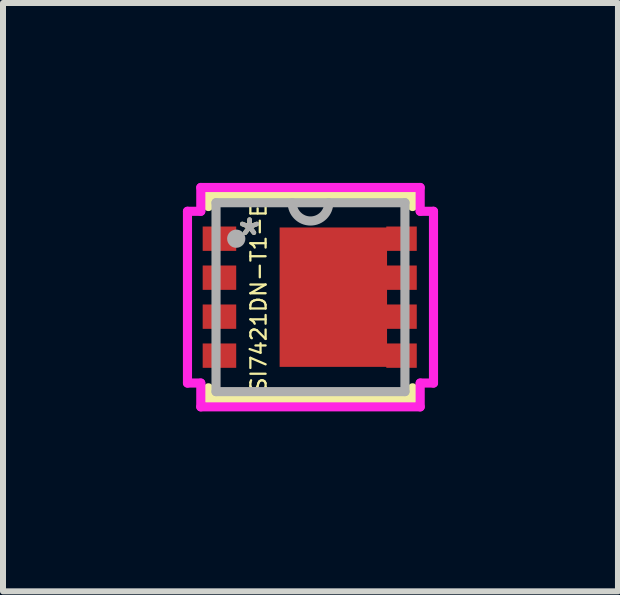
<source format=kicad_pcb>
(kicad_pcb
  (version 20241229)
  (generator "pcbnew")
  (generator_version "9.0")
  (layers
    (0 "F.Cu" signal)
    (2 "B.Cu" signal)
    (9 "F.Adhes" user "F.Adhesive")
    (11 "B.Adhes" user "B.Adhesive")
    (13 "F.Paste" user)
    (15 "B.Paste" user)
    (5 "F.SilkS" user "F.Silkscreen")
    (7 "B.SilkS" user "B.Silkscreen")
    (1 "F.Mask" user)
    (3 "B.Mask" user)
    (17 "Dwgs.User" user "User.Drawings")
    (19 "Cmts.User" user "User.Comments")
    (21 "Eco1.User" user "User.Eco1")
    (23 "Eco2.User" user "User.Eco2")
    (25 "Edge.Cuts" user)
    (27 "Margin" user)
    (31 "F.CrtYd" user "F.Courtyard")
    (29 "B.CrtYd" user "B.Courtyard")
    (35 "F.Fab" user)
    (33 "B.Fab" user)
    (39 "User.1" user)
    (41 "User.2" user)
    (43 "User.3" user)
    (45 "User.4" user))
  (footprint "SI7421DN-T1-E3"
    (layer "F.Cu")
    (at 2.127 1.905)
    (property "Reference" "SI7421DN-T1-E3" (at -0.864 -0.114 90) (layer "F.SilkS") (effects (font (size 0.254 0.254) (thickness 0.038))))
    (attr smd)
    (fp_line (start -0.464 -1.118) (end 1.263 -1.118) (stroke (width 0.152) (type solid)) (layer "F.Mask"))
    (fp_line (start -0.464 1.118) (end -0.464 -1.118) (stroke (width 0.152) (type solid)) (layer "F.Mask"))
    (fp_line (start 0 -1.118) (end 0 -1.118) (stroke (width 0.152) (type solid)) (layer "F.Mask"))
    (fp_line (start 0 -1.118) (end 0 -1.118) (stroke (width 0.152) (type solid)) (layer "F.Mask"))
    (fp_line (start 0 -1.118) (end 0 -1.118) (stroke (width 0.152) (type solid)) (layer "F.Mask"))
    (fp_line (start 0 -1.118) (end 0 -1.118) (stroke (width 0.152) (type solid)) (layer "F.Mask"))
    (fp_line (start 0 -1.118) (end 0 -1.118) (stroke (width 0.152) (type solid)) (layer "F.Mask"))
    (fp_line (start 0 -1.118) (end 0 -1.118) (stroke (width 0.152) (type solid)) (layer "F.Mask"))
    (fp_line (start 0 -1.118) (end 0 -1.118) (stroke (width 0.152) (type solid)) (layer "F.Mask"))
    (fp_line (start 0 -1.118) (end 0 -1.118) (stroke (width 0.152) (type solid)) (layer "F.Mask"))
    (fp_line (start 0 1.118) (end 0 1.118) (stroke (width 0.152) (type solid)) (layer "F.Mask"))
    (fp_line (start 0 1.118) (end 0 1.118) (stroke (width 0.152) (type solid)) (layer "F.Mask"))
    (fp_line (start 0 1.118) (end 0 1.118) (stroke (width 0.152) (type solid)) (layer "F.Mask"))
    (fp_line (start 0 1.118) (end 0 1.118) (stroke (width 0.152) (type solid)) (layer "F.Mask"))
    (fp_line (start 0 1.118) (end 0 1.118) (stroke (width 0.152) (type solid)) (layer "F.Mask"))
    (fp_line (start 0 1.118) (end 0 1.118) (stroke (width 0.152) (type solid)) (layer "F.Mask"))
    (fp_line (start 0 1.118) (end 0 1.118) (stroke (width 0.152) (type solid)) (layer "F.Mask"))
    (fp_line (start 0 1.118) (end 0 1.118) (stroke (width 0.152) (type solid)) (layer "F.Mask"))
    (fp_line (start 1.263 -1.118) (end 1.264 -1.178) (stroke (width 0.152) (type solid)) (layer "F.Mask"))
    (fp_line (start 1.263 1.118) (end -0.464 1.118) (stroke (width 0.152) (type solid)) (layer "F.Mask"))
    (fp_line (start 1.264 -1.178) (end 1.772 -1.178) (stroke (width 0.152) (type solid)) (layer "F.Mask"))
    (fp_line (start 1.264 -0.772) (end 1.264 -0.528) (stroke (width 0.152) (type solid)) (layer "F.Mask"))
    (fp_line (start 1.264 -0.528) (end 1.772 -0.528) (stroke (width 0.152) (type solid)) (layer "F.Mask"))
    (fp_line (start 1.264 -0.122) (end 1.264 0.122) (stroke (width 0.152) (type solid)) (layer "F.Mask"))
    (fp_line (start 1.264 0.122) (end 1.772 0.122) (stroke (width 0.152) (type solid)) (layer "F.Mask"))
    (fp_line (start 1.264 0.528) (end 1.264 0.772) (stroke (width 0.152) (type solid)) (layer "F.Mask"))
    (fp_line (start 1.264 0.772) (end 1.772 0.772) (stroke (width 0.152) (type solid)) (layer "F.Mask"))
    (fp_line (start 1.264 1.178) (end 1.263 1.118) (stroke (width 0.152) (type solid)) (layer "F.Mask"))
    (fp_line (start 1.772 -1.178) (end 1.772 -0.772) (stroke (width 0.152) (type solid)) (layer "F.Mask"))
    (fp_line (start 1.772 -0.772) (end 1.264 -0.772) (stroke (width 0.152) (type solid)) (layer "F.Mask"))
    (fp_line (start 1.772 -0.528) (end 1.772 -0.122) (stroke (width 0.152) (type solid)) (layer "F.Mask"))
    (fp_line (start 1.772 -0.122) (end 1.264 -0.122) (stroke (width 0.152) (type solid)) (layer "F.Mask"))
    (fp_line (start 1.772 0.122) (end 1.772 0.528) (stroke (width 0.152) (type solid)) (layer "F.Mask"))
    (fp_line (start 1.772 0.528) (end 1.264 0.528) (stroke (width 0.152) (type solid)) (layer "F.Mask"))
    (fp_line (start 1.772 0.772) (end 1.772 1.178) (stroke (width 0.152) (type solid)) (layer "F.Mask"))
    (fp_line (start 1.772 1.178) (end 1.264 1.178) (stroke (width 0.152) (type solid)) (layer "F.Mask"))
    (fp_line (start -1.702 -1.702) (end -1.702 -1.511) (stroke (width 0.152) (type solid)) (layer "F.SilkS"))
    (fp_line (start -1.702 1.511) (end -1.702 1.702) (stroke (width 0.152) (type solid)) (layer "F.SilkS"))
    (fp_line (start -1.702 1.702) (end 1.702 1.702) (stroke (width 0.152) (type solid)) (layer "F.SilkS"))
    (fp_line (start 1.702 -1.702) (end -1.702 -1.702) (stroke (width 0.152) (type solid)) (layer "F.SilkS"))
    (fp_line (start 1.702 -1.511) (end 1.702 -1.702) (stroke (width 0.152) (type solid)) (layer "F.SilkS"))
    (fp_line (start 1.702 1.702) (end 1.702 1.511) (stroke (width 0.152) (type solid)) (layer "F.SilkS"))
    (fp_line (start -0.464 -1.118) (end 1.263 -1.118) (stroke (width 0.152) (type solid)) (layer "F.Paste"))
    (fp_line (start -0.464 1.118) (end -0.464 -1.118) (stroke (width 0.152) (type solid)) (layer "F.Paste"))
    (fp_line (start 1.263 -1.118) (end 1.264 -1.178) (stroke (width 0.152) (type solid)) (layer "F.Paste"))
    (fp_line (start 1.263 1.118) (end -0.464 1.118) (stroke (width 0.152) (type solid)) (layer "F.Paste"))
    (fp_line (start 1.264 -1.178) (end 1.772 -1.178) (stroke (width 0.152) (type solid)) (layer "F.Paste"))
    (fp_line (start 1.264 -0.772) (end 1.264 -0.528) (stroke (width 0.152) (type solid)) (layer "F.Paste"))
    (fp_line (start 1.264 -0.528) (end 1.772 -0.528) (stroke (width 0.152) (type solid)) (layer "F.Paste"))
    (fp_line (start 1.264 -0.122) (end 1.264 0.122) (stroke (width 0.152) (type solid)) (layer "F.Paste"))
    (fp_line (start 1.264 0.122) (end 1.772 0.122) (stroke (width 0.152) (type solid)) (layer "F.Paste"))
    (fp_line (start 1.264 0.528) (end 1.264 0.772) (stroke (width 0.152) (type solid)) (layer "F.Paste"))
    (fp_line (start 1.264 0.772) (end 1.772 0.772) (stroke (width 0.152) (type solid)) (layer "F.Paste"))
    (fp_line (start 1.264 1.178) (end 1.263 1.118) (stroke (width 0.152) (type solid)) (layer "F.Paste"))
    (fp_line (start 1.772 -1.178) (end 1.772 -0.772) (stroke (width 0.152) (type solid)) (layer "F.Paste"))
    (fp_line (start 1.772 -0.772) (end 1.264 -0.772) (stroke (width 0.152) (type solid)) (layer "F.Paste"))
    (fp_line (start 1.772 -0.528) (end 1.772 -0.122) (stroke (width 0.152) (type solid)) (layer "F.Paste"))
    (fp_line (start 1.772 -0.122) (end 1.264 -0.122) (stroke (width 0.152) (type solid)) (layer "F.Paste"))
    (fp_line (start 1.772 0.122) (end 1.772 0.528) (stroke (width 0.152) (type solid)) (layer "F.Paste"))
    (fp_line (start 1.772 0.528) (end 1.264 0.528) (stroke (width 0.152) (type solid)) (layer "F.Paste"))
    (fp_line (start 1.772 0.772) (end 1.772 1.178) (stroke (width 0.152) (type solid)) (layer "F.Paste"))
    (fp_line (start 1.772 1.178) (end 1.264 1.178) (stroke (width 0.152) (type solid)) (layer "F.Paste"))
    (fp_line (start -2.051 -1.432) (end -1.829 -1.432) (stroke (width 0.152) (type solid)) (layer "F.CrtYd"))
    (fp_line (start -2.051 1.432) (end -2.051 -1.432) (stroke (width 0.152) (type solid)) (layer "F.CrtYd"))
    (fp_line (start -1.829 -1.829) (end 1.829 -1.829) (stroke (width 0.152) (type solid)) (layer "F.CrtYd"))
    (fp_line (start -1.829 -1.432) (end -1.829 -1.829) (stroke (width 0.152) (type solid)) (layer "F.CrtYd"))
    (fp_line (start -1.829 1.432) (end -2.051 1.432) (stroke (width 0.152) (type solid)) (layer "F.CrtYd"))
    (fp_line (start -1.829 1.829) (end -1.829 1.432) (stroke (width 0.152) (type solid)) (layer "F.CrtYd"))
    (fp_line (start 1.829 -1.829) (end 1.829 -1.432) (stroke (width 0.152) (type solid)) (layer "F.CrtYd"))
    (fp_line (start 1.829 -1.432) (end 2.051 -1.432) (stroke (width 0.152) (type solid)) (layer "F.CrtYd"))
    (fp_line (start 1.829 1.432) (end 1.829 1.829) (stroke (width 0.152) (type solid)) (layer "F.CrtYd"))
    (fp_line (start 1.829 1.829) (end -1.829 1.829) (stroke (width 0.152) (type solid)) (layer "F.CrtYd"))
    (fp_line (start 2.051 -1.432) (end 2.051 1.432) (stroke (width 0.152) (type solid)) (layer "F.CrtYd"))
    (fp_line (start 2.051 1.432) (end 1.829 1.432) (stroke (width 0.152) (type solid)) (layer "F.CrtYd"))
    (fp_line (start -1.575 -1.575) (end -1.575 1.575) (stroke (width 0.152) (type solid)) (layer "F.Fab"))
    (fp_line (start -1.575 1.575) (end 1.575 1.575) (stroke (width 0.152) (type solid)) (layer "F.Fab"))
    (fp_line (start 1.575 -1.575) (end -1.575 -1.575) (stroke (width 0.152) (type solid)) (layer "F.Fab"))
    (fp_line (start 1.575 1.575) (end 1.575 -1.575) (stroke (width 0.152) (type solid)) (layer "F.Fab"))
    (fp_arc (start 0.3048 -1.5748) (mid 0 -1.27) (end -0.3048 -1.5748) (stroke (width 0.1524) (type solid)) (layer "F.Fab"))
    (fp_circle (center -1.238 -0.975) (end -1.238 -0.975) (stroke (width 0.152) (type solid)) (fill no) (layer "F.Fab"))
    (fp_text user "*" (at -1.016 -1.016 0) (layer "F.SilkS") (effects (font (size 0.508 0.508) (thickness 0.076))))
    (fp_text user "*" (at -1.016 -1.016 0) (layer "F.Fab") (effects (font (size 0.508 0.508) (thickness 0.076))))
    (pad "1" smd rect (at -1.518 -0.975) (size 0.559 0.406) (layers "F.Cu" "F.Mask" "F.Paste"))
    (pad "2" smd rect (at -1.518 -0.325) (size 0.559 0.406) (layers "F.Cu" "F.Mask" "F.Paste"))
    (pad "3" smd rect (at -1.518 0.325) (size 0.559 0.406) (layers "F.Cu" "F.Mask" "F.Paste"))
    (pad "4" smd rect (at -1.518 0.975) (size 0.559 0.406) (layers "F.Cu" "F.Mask" "F.Paste"))
    (pad "5" smd rect (at 1.518 0.975) (size 0.508 0.406) (layers "F.Cu" "F.Mask" "F.Paste"))
    (pad "6" smd rect (at 1.518 0.325) (size 0.508 0.406) (layers "F.Cu" "F.Mask" "F.Paste"))
    (pad "7" smd rect (at 1.518 -0.325) (size 0.508 0.406) (layers "F.Cu" "F.Mask" "F.Paste"))
    (pad "8" smd rect (at 0.381 0) (size 1.791 2.324) (layers "F.Cu" "F.Mask" "F.Paste"))
    (pad "8" smd rect (at 1.518 -0.975) (size 0.508 0.406) (layers "F.Cu" "F.Mask" "F.Paste")))
  (gr_rect
    (start -3 -3)
    (end 7.254 6.81)
    (stroke (width 0.1) (type default))
    (fill no)
    (layer "Edge.Cuts")))
</source>
